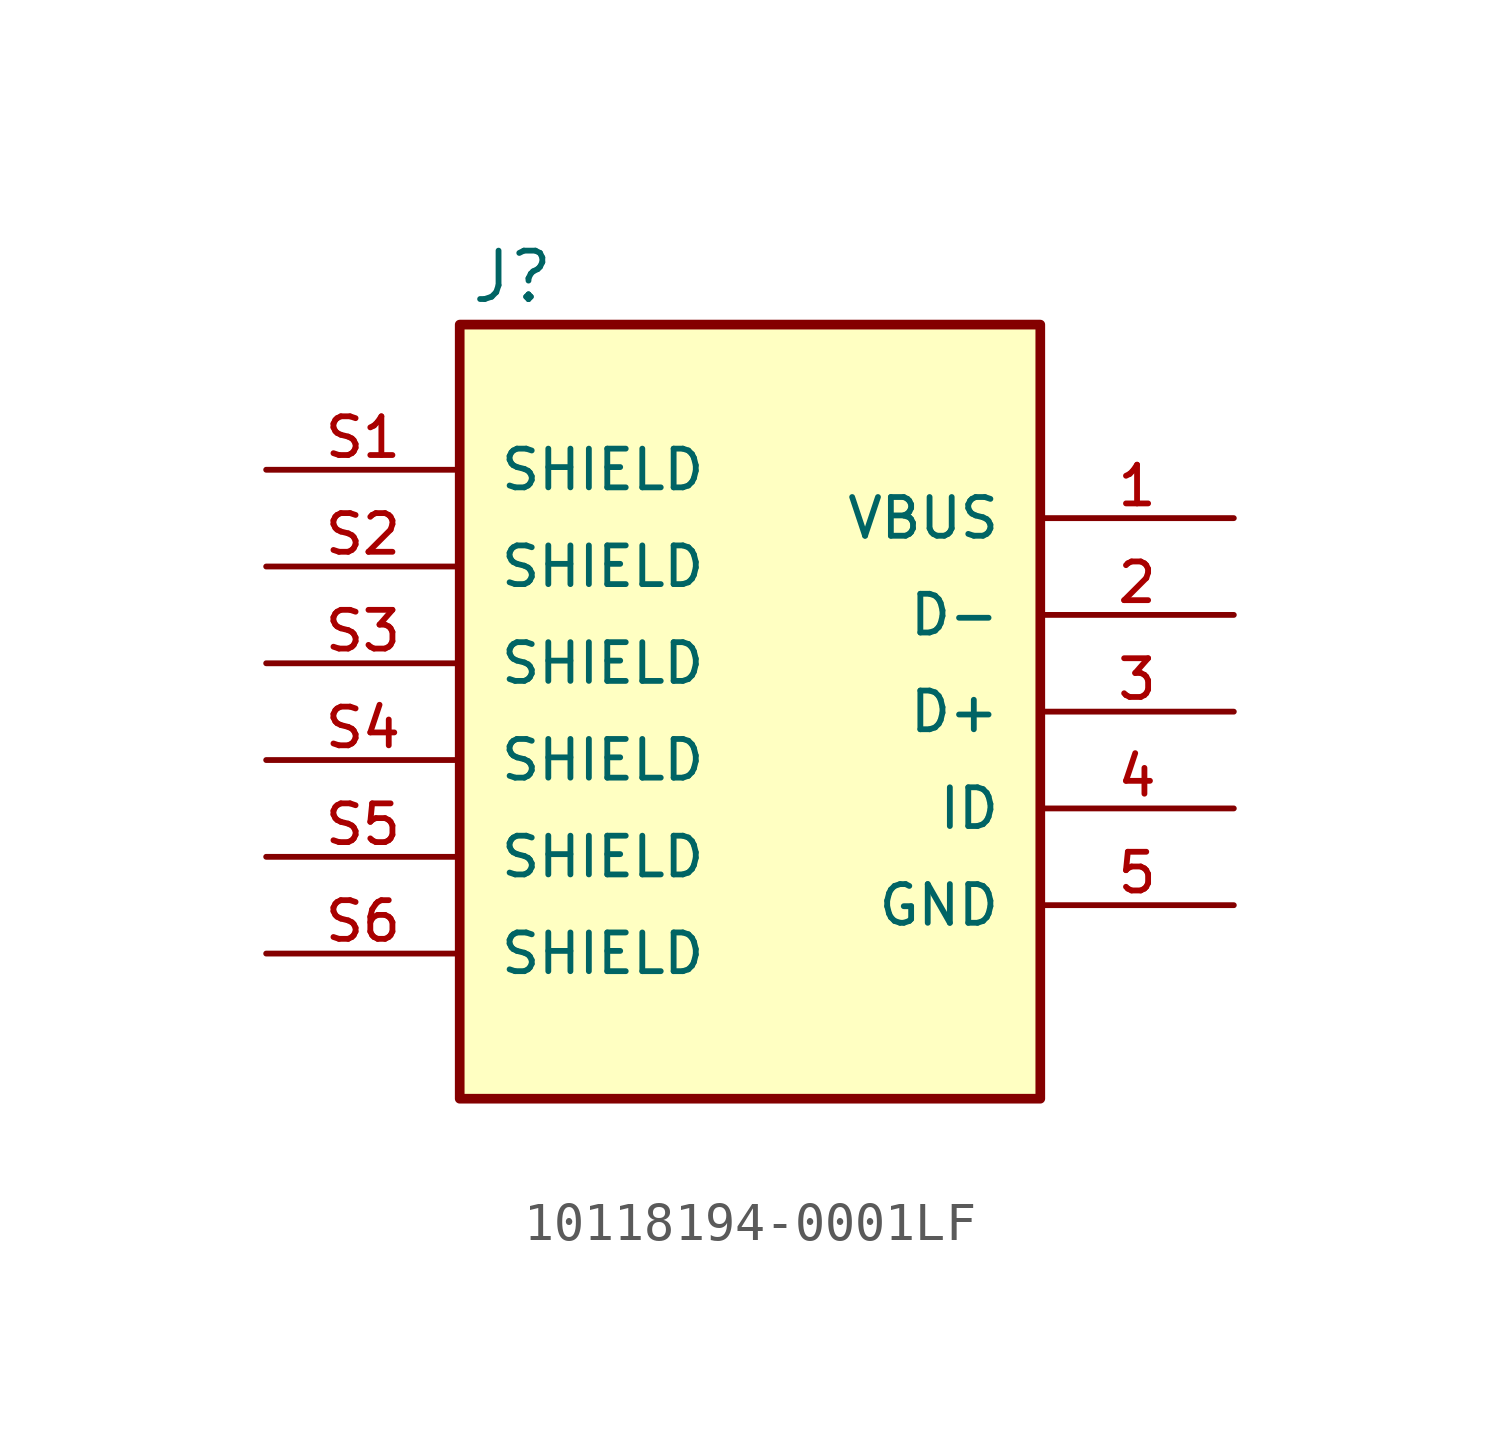
<source format=kicad_sym>
(kicad_symbol_lib
  (version 20211014)
  (generator kicad_symbol_editor)
  (symbol "10118194-0001LF"
    (pin_names
      (offset 1.016))
    (property "Reference" "J"
      (at -7.366 10.668 0)
      (effects (font (size 1.27 1.27)) (justify left bottom)))
    (symbol "10118194-0001LF_0_0"
      (rectangle (start -7.62 -10.16) (end 7.62 10.16) (stroke (width 0.254) (type default) (color 0 0 0 0)) (fill (type background)))
      (pin passive line (at 12.7 5.08 180) (length 5.08) (name "VBUS" (effects (font (size 1.016 1.016)))) (number "1" (effects (font (size 1.016 1.016)))))
      (pin passive line (at 12.7 2.54 180) (length 5.08) (name "D-" (effects (font (size 1.016 1.016)))) (number "2" (effects (font (size 1.016 1.016)))))
      (pin passive line (at 12.7 0 180) (length 5.08) (name "D+" (effects (font (size 1.016 1.016)))) (number "3" (effects (font (size 1.016 1.016)))))
      (pin passive line (at 12.7 -2.54 180) (length 5.08) (name "ID" (effects (font (size 1.016 1.016)))) (number "4" (effects (font (size 1.016 1.016)))))
      (pin passive line (at 12.7 -5.08 180) (length 5.08) (name "GND" (effects (font (size 1.016 1.016)))) (number "5" (effects (font (size 1.016 1.016)))))
      (pin passive line (at -12.7 6.35 0) (length 5.08) (name "SHIELD" (effects (font (size 1.016 1.016)))) (number "S1" (effects (font (size 1.016 1.016)))))
      (pin passive line (at -12.7 3.81 0) (length 5.08) (name "SHIELD" (effects (font (size 1.016 1.016)))) (number "S2" (effects (font (size 1.016 1.016)))))
      (pin passive line (at -12.7 1.27 0) (length 5.08) (name "SHIELD" (effects (font (size 1.016 1.016)))) (number "S3" (effects (font (size 1.016 1.016)))))
      (pin passive line (at -12.7 -1.27 0) (length 5.08) (name "SHIELD" (effects (font (size 1.016 1.016)))) (number "S4" (effects (font (size 1.016 1.016)))))
      (pin passive line (at -12.7 -3.81 0) (length 5.08) (name "SHIELD" (effects (font (size 1.016 1.016)))) (number "S5" (effects (font (size 1.016 1.016)))))
      (pin passive line (at -12.7 -6.35 0) (length 5.08) (name "SHIELD" (effects (font (size 1.016 1.016)))) (number "S6" (effects (font (size 1.016 1.016))))))))
</source>
